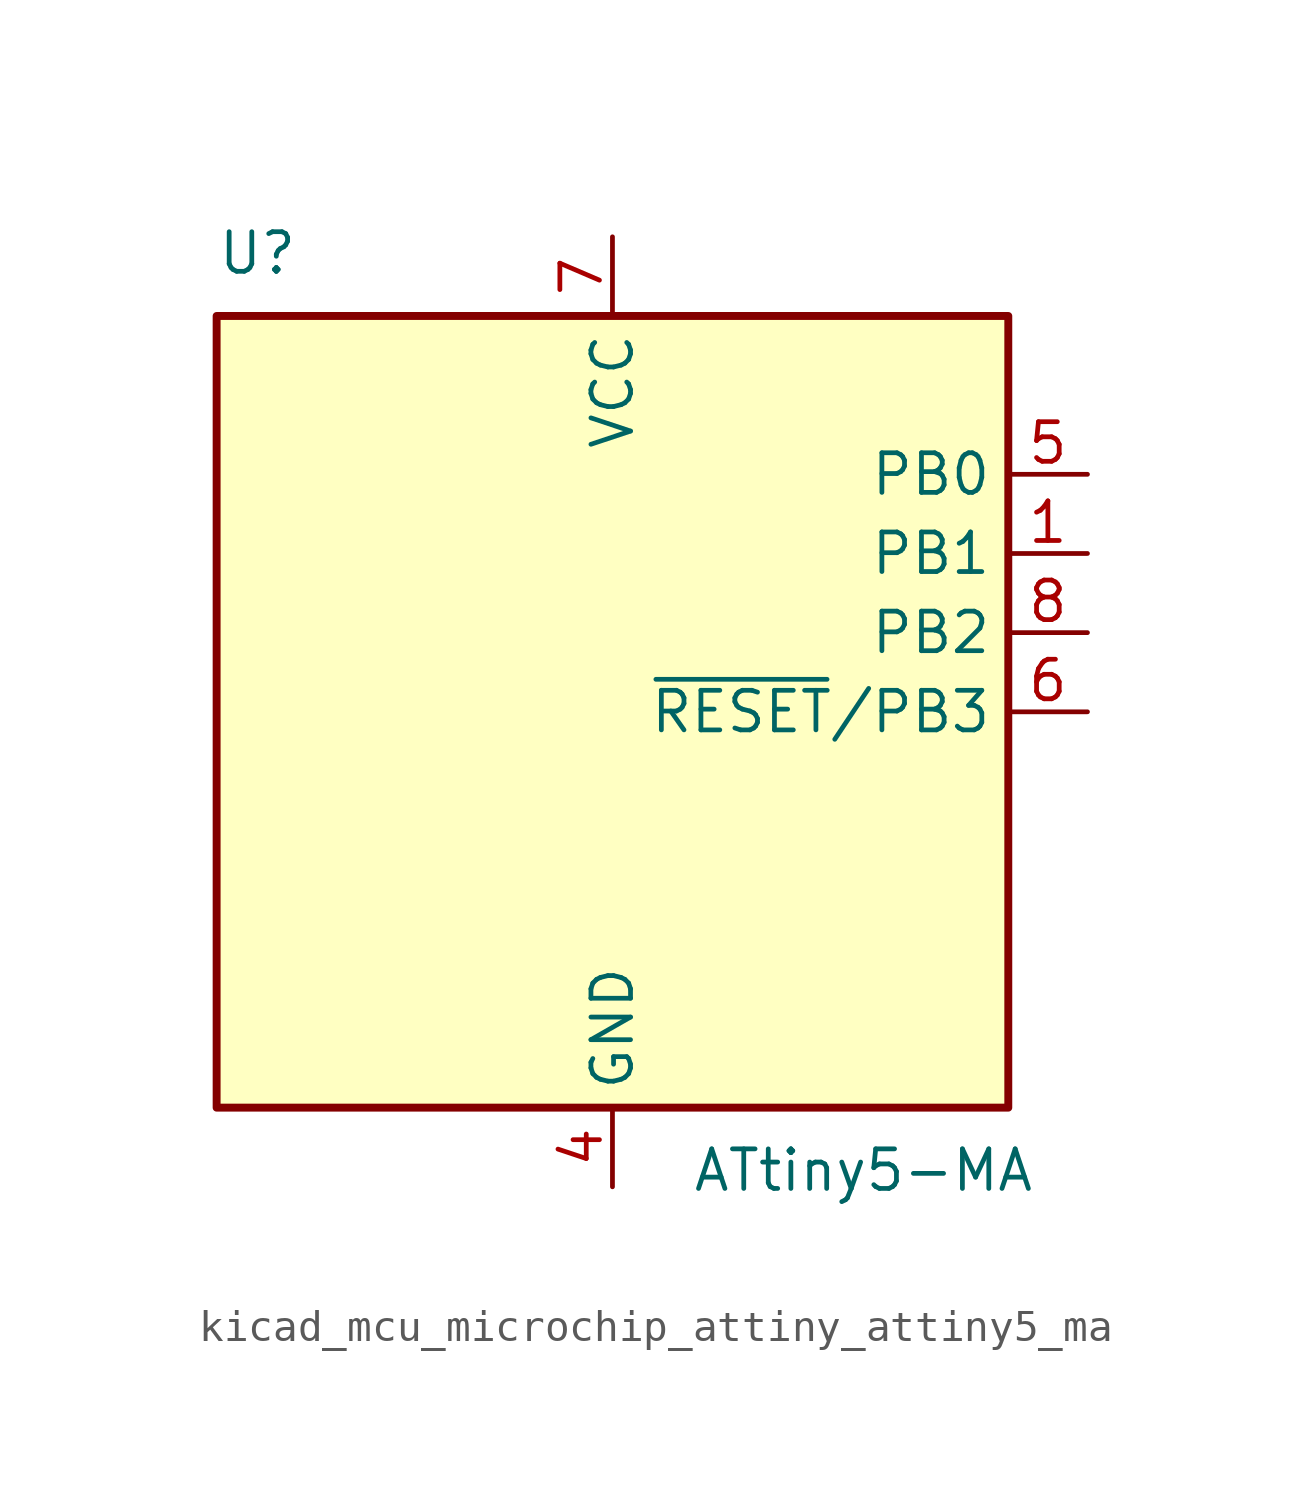
<source format=kicad_sym>
(kicad_symbol_lib
  (version 20220914)
  (generator kicad_symbol_editor)
  (symbol "kicad_mcu_microchip_attiny_attiny5_ma"
    (property "Reference" "U"
      (at -12.7 13.97 0)
      (effects (font (size 1.27 1.27)) (justify left bottom)))
    (property "Value" "ATtiny5-MA"
      (at 2.54 -13.97 0)
      (effects (font (size 1.27 1.27)) (justify left top)))
    (symbol "kicad_mcu_microchip_attiny_attiny5_ma_0_1"
      (rectangle (start -12.7 -12.7) (end 12.7 12.7) (stroke (width 0.254) (type default)) (fill (type background))))
    (symbol "kicad_mcu_microchip_attiny_attiny5_ma_1_1"
      (pin bidirectional line (at 15.24 5.08 180) (length 2.54) (name "PB1" (effects (font (size 1.27 1.27)))) (number "1" (effects (font (size 1.27 1.27)))))
      (pin no_connect line (at -12.7 7.62 0) (length 2.54) hide (name "NC" (effects (font (size 1.27 1.27)))) (number "2" (effects (font (size 1.27 1.27)))))
      (pin no_connect line (at -12.7 5.08 0) (length 2.54) hide (name "NC" (effects (font (size 1.27 1.27)))) (number "3" (effects (font (size 1.27 1.27)))))
      (pin power_in line (at 0 -15.24 90) (length 2.54) (name "GND" (effects (font (size 1.27 1.27)))) (number "4" (effects (font (size 1.27 1.27)))))
      (pin bidirectional line (at 15.24 7.62 180) (length 2.54) (name "PB0" (effects (font (size 1.27 1.27)))) (number "5" (effects (font (size 1.27 1.27)))))
      (pin bidirectional line (at 15.24 0 180) (length 2.54) (name "~{RESET}/PB3" (effects (font (size 1.27 1.27)))) (number "6" (effects (font (size 1.27 1.27)))))
      (pin power_in line (at 0 15.24 270) (length 2.54) (name "VCC" (effects (font (size 1.27 1.27)))) (number "7" (effects (font (size 1.27 1.27)))))
      (pin bidirectional line (at 15.24 2.54 180) (length 2.54) (name "PB2" (effects (font (size 1.27 1.27)))) (number "8" (effects (font (size 1.27 1.27))))))))
</source>
